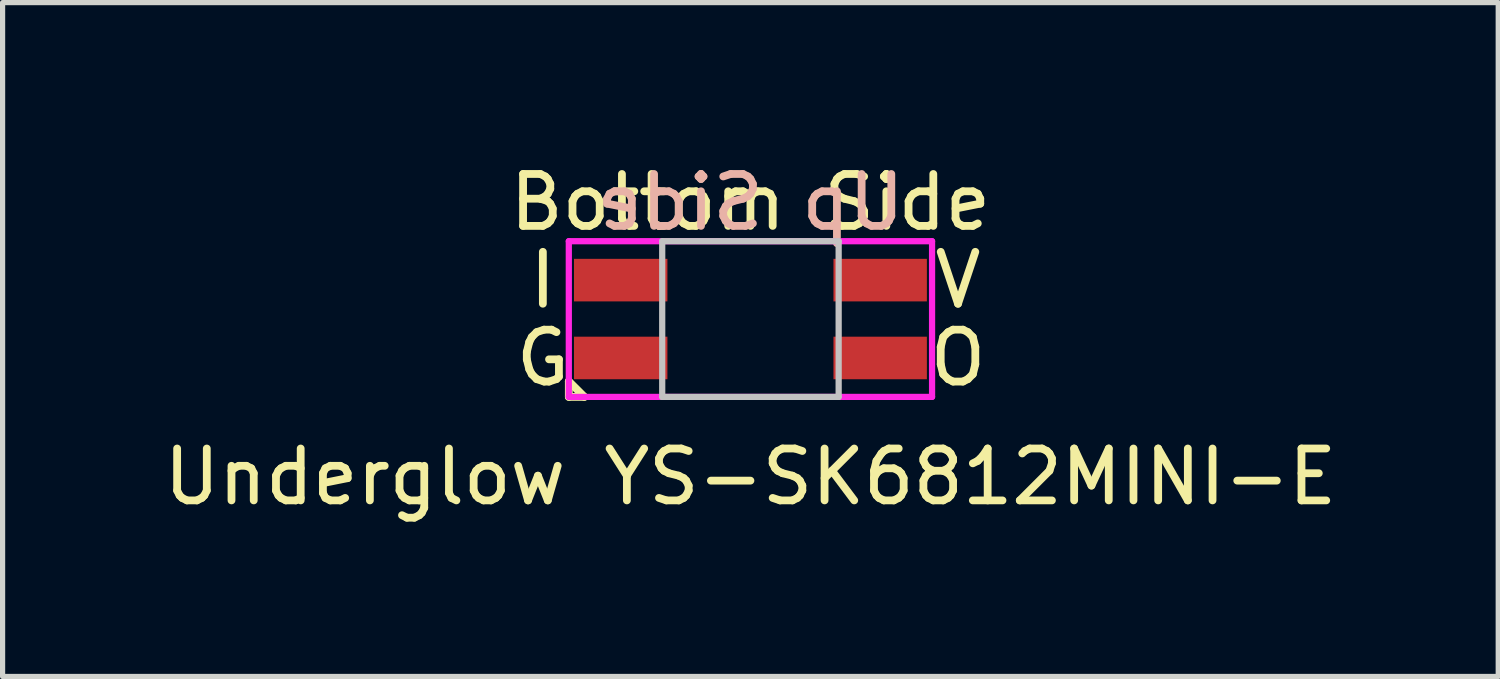
<source format=kicad_pcb>
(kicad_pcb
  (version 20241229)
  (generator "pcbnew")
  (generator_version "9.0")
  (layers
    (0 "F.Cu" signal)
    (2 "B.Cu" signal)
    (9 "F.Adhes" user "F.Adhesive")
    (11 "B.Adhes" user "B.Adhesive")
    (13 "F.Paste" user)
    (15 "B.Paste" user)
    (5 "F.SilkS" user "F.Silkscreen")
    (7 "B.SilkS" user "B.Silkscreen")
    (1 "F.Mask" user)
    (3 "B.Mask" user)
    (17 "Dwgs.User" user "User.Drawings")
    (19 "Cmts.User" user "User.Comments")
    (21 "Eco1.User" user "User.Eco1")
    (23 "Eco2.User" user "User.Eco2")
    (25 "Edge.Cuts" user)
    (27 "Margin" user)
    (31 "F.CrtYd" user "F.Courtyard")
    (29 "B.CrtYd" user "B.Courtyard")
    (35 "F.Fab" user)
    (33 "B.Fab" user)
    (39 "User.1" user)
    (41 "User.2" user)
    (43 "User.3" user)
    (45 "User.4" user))
  (footprint "Underglow YS-SK6812MINI-E"
    (layer "F.Cu")
    (at 11.411 5.638)
    (property "Reference" "Underglow YS-SK6812MINI-E" (at 0 0.5 0) (layer "F.SilkS") (effects (font (size 1 1) (thickness 0.15))))
    (attr through_hole)
    (fp_line (start -3.5 -1.34) (end -3.2 -1.04) (stroke (width 0.15) (type solid)) (layer "F.SilkS"))
    (fp_line (start -3.5 -1.04) (end -3.5 -1.34) (stroke (width 0.15) (type solid)) (layer "F.SilkS"))
    (fp_line (start -3.2 -1.04) (end -3.5 -1.04) (stroke (width 0.15) (type solid)) (layer "F.SilkS"))
    (fp_line (start -1.7 -4.04) (end -1.7 -1.04) (stroke (width 0.12) (type solid)) (layer "Dwgs.User"))
    (fp_line (start -1.7 -1.04) (end 1.7 -1.04) (stroke (width 0.12) (type solid)) (layer "Dwgs.User"))
    (fp_line (start 1.7 -4.04) (end -1.7 -4.04) (stroke (width 0.12) (type solid)) (layer "Dwgs.User"))
    (fp_line (start 1.7 -1.04) (end 1.7 -4.04) (stroke (width 0.12) (type solid)) (layer "Dwgs.User"))
    (fp_line (start -3.5 -4.04) (end -3.5 -1.04) (stroke (width 0.12) (type solid)) (layer "F.CrtYd"))
    (fp_line (start -3.5 -1.04) (end 3.5 -1.04) (stroke (width 0.12) (type solid)) (layer "F.CrtYd"))
    (fp_line (start 3.5 -4.04) (end -3.5 -4.04) (stroke (width 0.12) (type solid)) (layer "F.CrtYd"))
    (fp_line (start 3.5 -1.04) (end 3.5 -4.04) (stroke (width 0.12) (type solid)) (layer "F.CrtYd"))
    (fp_text user "G" (at -4 -1.79 0) (layer "F.SilkS") (effects (font (size 1 1) (thickness 0.15))))
    (fp_text user "I" (at -4 -3.29 0) (layer "F.SilkS") (effects (font (size 1 1) (thickness 0.15))))
    (fp_text user "V" (at 4 -3.29 0) (layer "F.SilkS") (effects (font (size 1 1) (thickness 0.15))))
    (fp_text user "Bottom Side" (at 0 -4.79 0) (layer "F.SilkS") (effects (font (size 1 1) (thickness 0.15))))
    (fp_text user "O" (at 4 -1.79 0) (layer "F.SilkS") (effects (font (size 1 1) (thickness 0.15))))
    (fp_text user "Up Side" (at 0 -4.79 0) (layer "B.SilkS") (effects (font (size 1 1) (thickness 0.15)) (justify mirror)))
    (pad "1" smd rect (at 2.5 -3.29) (size 1.8 0.82) (layers "F.Cu" "F.Mask" "F.Paste"))
    (pad "2" smd rect (at 2.5 -1.79) (size 1.8 0.82) (layers "F.Cu" "F.Mask" "F.Paste"))
    (pad "3" smd rect (at -2.5 -1.79) (size 1.8 0.82) (layers "F.Cu" "F.Mask" "F.Paste"))
    (pad "4" smd rect (at -2.5 -3.29) (size 1.8 0.82) (layers "F.Cu" "F.Mask" "F.Paste")))
  (gr_rect
    (start -3 -3)
    (end 25.821 9.986)
    (stroke (width 0.1) (type default))
    (fill no)
    (layer "Edge.Cuts")))
</source>
